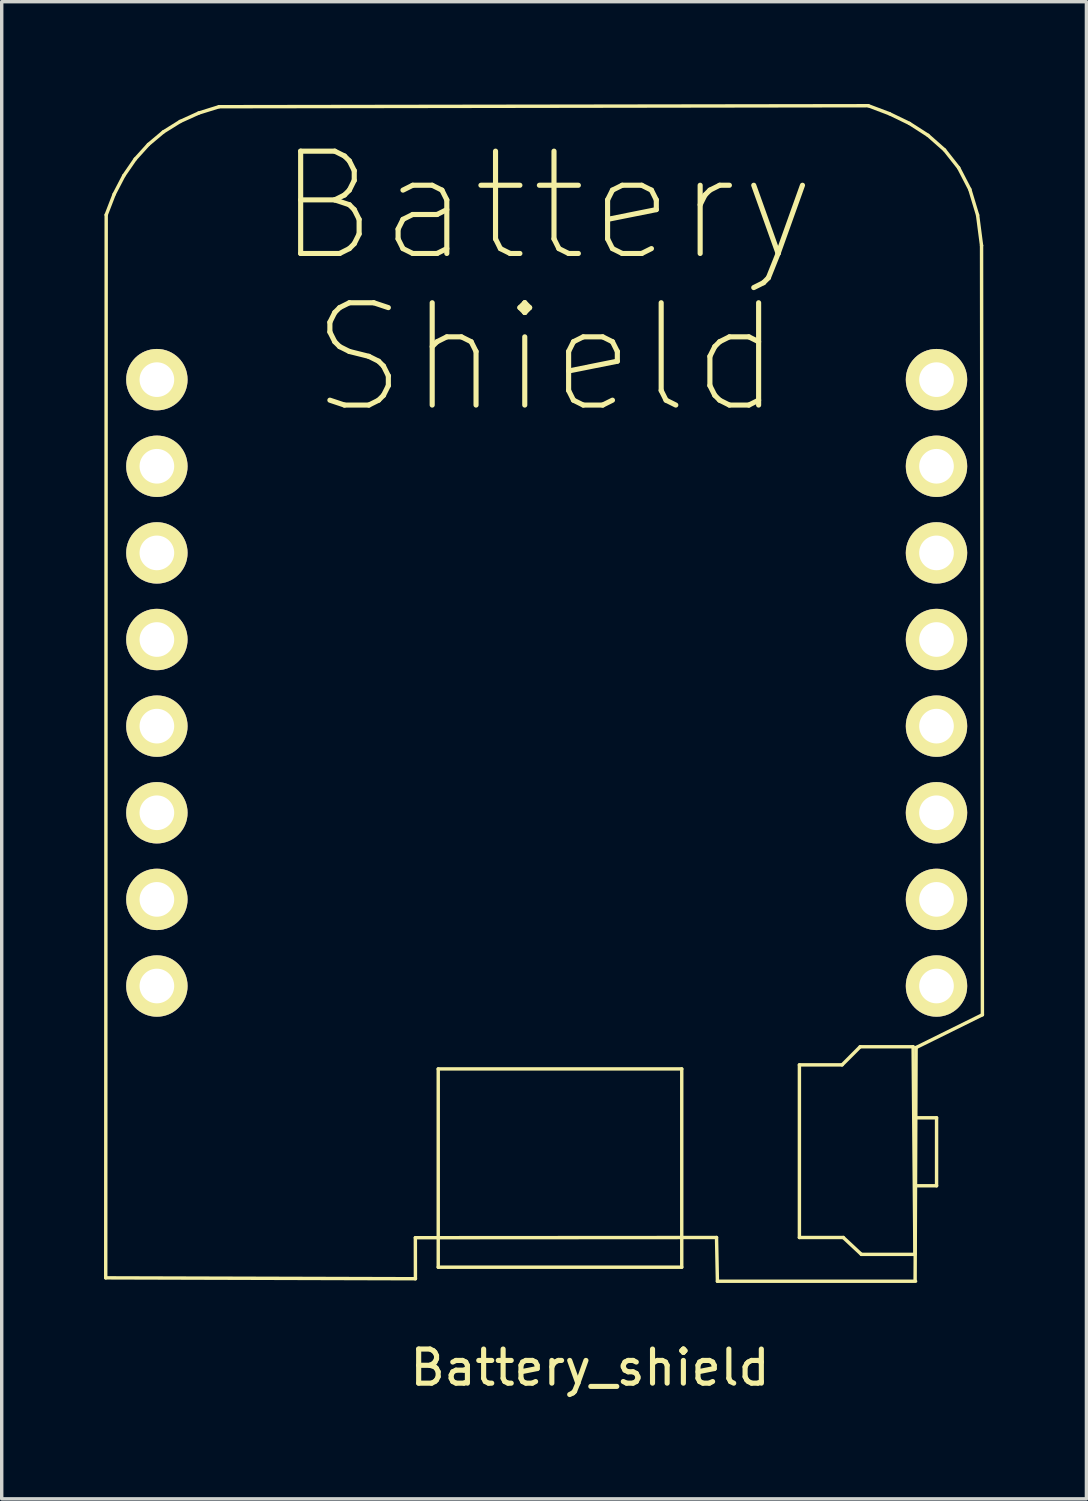
<source format=kicad_pcb>
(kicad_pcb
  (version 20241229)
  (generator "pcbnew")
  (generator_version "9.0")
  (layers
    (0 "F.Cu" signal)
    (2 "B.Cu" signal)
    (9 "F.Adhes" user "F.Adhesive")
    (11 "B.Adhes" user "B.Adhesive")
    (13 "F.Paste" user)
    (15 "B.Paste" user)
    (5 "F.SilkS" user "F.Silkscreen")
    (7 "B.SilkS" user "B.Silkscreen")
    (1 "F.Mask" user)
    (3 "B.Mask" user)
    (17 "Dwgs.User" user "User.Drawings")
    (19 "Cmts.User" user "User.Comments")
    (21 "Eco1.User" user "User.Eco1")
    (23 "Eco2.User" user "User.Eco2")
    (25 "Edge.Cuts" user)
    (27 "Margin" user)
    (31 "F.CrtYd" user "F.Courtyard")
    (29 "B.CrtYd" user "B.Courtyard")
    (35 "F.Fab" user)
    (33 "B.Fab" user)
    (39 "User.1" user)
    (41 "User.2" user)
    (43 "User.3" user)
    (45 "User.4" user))
  (footprint "Battery_shield"
    (layer "F.Cu")
    (at 12.98 18.242)
    (property "Reference" "Battery_shield" (at 1.27 18.81 0) (layer "F.SilkS") (effects (font (size 1 1) (thickness 0.15))))
    (attr through_hole)
    (fp_line (start -12.93 16.177) (end -12.916 -14.993) (stroke (width 0.1) (type solid)) (layer "F.SilkS"))
    (fp_line (start -12.916 -14.993) (end -12.683 -15.596) (stroke (width 0.1) (type solid)) (layer "F.SilkS"))
    (fp_line (start -12.683 -15.596) (end -12.4 -16.141) (stroke (width 0.1) (type solid)) (layer "F.SilkS"))
    (fp_line (start -12.4 -16.141) (end -12.065 -16.628) (stroke (width 0.1) (type solid)) (layer "F.SilkS"))
    (fp_line (start -12.065 -16.628) (end -11.679 -17.055) (stroke (width 0.1) (type solid)) (layer "F.SilkS"))
    (fp_line (start -11.679 -17.055) (end -11.241 -17.423) (stroke (width 0.1) (type solid)) (layer "F.SilkS"))
    (fp_line (start -11.241 -17.423) (end -10.749 -17.73) (stroke (width 0.1) (type solid)) (layer "F.SilkS"))
    (fp_line (start -10.749 -17.73) (end -10.205 -17.977) (stroke (width 0.1) (type solid)) (layer "F.SilkS"))
    (fp_line (start -10.205 -17.977) (end -9.607 -18.163) (stroke (width 0.1) (type solid)) (layer "F.SilkS"))
    (fp_line (start -9.607 -18.163) (end 9.43 -18.192) (stroke (width 0.1) (type solid)) (layer "F.SilkS"))
    (fp_line (start -3.851 15) (end -3.849 16.203) (stroke (width 0.1) (type solid)) (layer "F.SilkS"))
    (fp_line (start -3.849 16.203) (end -12.93 16.177) (stroke (width 0.1) (type solid)) (layer "F.SilkS"))
    (fp_line (start -3.18 10.051) (end 3.96 10.051) (stroke (width 0.1) (type solid)) (layer "F.SilkS"))
    (fp_line (start -3.18 15.865) (end -3.18 10.051) (stroke (width 0.1) (type solid)) (layer "F.SilkS"))
    (fp_line (start 3.96 10.051) (end 3.96 15.865) (stroke (width 0.1) (type solid)) (layer "F.SilkS"))
    (fp_line (start 3.96 15.865) (end -3.18 15.865) (stroke (width 0.1) (type solid)) (layer "F.SilkS"))
    (fp_line (start 4.98 14.994) (end -3.851 15) (stroke (width 0.1) (type solid)) (layer "F.SilkS"))
    (fp_line (start 5.006 16.277) (end 4.98 14.994) (stroke (width 0.1) (type solid)) (layer "F.SilkS"))
    (fp_line (start 7.41 9.932) (end 7.41 14.994) (stroke (width 0.1) (type solid)) (layer "F.SilkS"))
    (fp_line (start 7.41 14.994) (end 8.697 14.994) (stroke (width 0.1) (type solid)) (layer "F.SilkS"))
    (fp_line (start 8.662 9.932) (end 7.41 9.932) (stroke (width 0.1) (type solid)) (layer "F.SilkS"))
    (fp_line (start 8.697 14.994) (end 9.227 15.488) (stroke (width 0.1) (type solid)) (layer "F.SilkS"))
    (fp_line (start 9.191 9.402) (end 8.662 9.932) (stroke (width 0.1) (type solid)) (layer "F.SilkS"))
    (fp_line (start 9.227 15.488) (end 10.797 15.488) (stroke (width 0.1) (type solid)) (layer "F.SilkS"))
    (fp_line (start 9.43 -18.192) (end 10.05 -17.958) (stroke (width 0.1) (type solid)) (layer "F.SilkS"))
    (fp_line (start 10.05 -17.958) (end 10.638 -17.673) (stroke (width 0.1) (type solid)) (layer "F.SilkS"))
    (fp_line (start 10.638 -17.673) (end 11.181 -17.324) (stroke (width 0.1) (type solid)) (layer "F.SilkS"))
    (fp_line (start 10.744 9.402) (end 9.191 9.402) (stroke (width 0.1) (type solid)) (layer "F.SilkS"))
    (fp_line (start 10.779 11.484) (end 11.432 11.484) (stroke (width 0.1) (type solid)) (layer "F.SilkS"))
    (fp_line (start 10.797 15.488) (end 10.744 9.402) (stroke (width 0.1) (type solid)) (layer "F.SilkS"))
    (fp_line (start 10.817 16.277) (end 5.006 16.277) (stroke (width 0.1) (type solid)) (layer "F.SilkS"))
    (fp_line (start 10.832 9.424) (end 10.803 16.233) (stroke (width 0.1) (type solid)) (layer "F.SilkS"))
    (fp_line (start 11.181 -17.324) (end 11.667 -16.895) (stroke (width 0.1) (type solid)) (layer "F.SilkS"))
    (fp_line (start 11.432 11.484) (end 11.432 13.477) (stroke (width 0.1) (type solid)) (layer "F.SilkS"))
    (fp_line (start 11.432 13.477) (end 10.814 13.477) (stroke (width 0.1) (type solid)) (layer "F.SilkS"))
    (fp_line (start 11.667 -16.895) (end 12.08 -16.371) (stroke (width 0.1) (type solid)) (layer "F.SilkS"))
    (fp_line (start 12.08 -16.371) (end 12.407 -15.74) (stroke (width 0.1) (type solid)) (layer "F.SilkS"))
    (fp_line (start 12.407 -15.74) (end 12.635 -14.985) (stroke (width 0.1) (type solid)) (layer "F.SilkS"))
    (fp_line (start 12.635 -14.985) (end 12.751 -14.092) (stroke (width 0.1) (type solid)) (layer "F.SilkS"))
    (fp_line (start 12.751 -14.092) (end 12.776 8.463) (stroke (width 0.1) (type solid)) (layer "F.SilkS"))
    (fp_line (start 12.776 8.463) (end 10.832 9.424) (stroke (width 0.1) (type solid)) (layer "F.SilkS"))
    (fp_text user "Shield" (at 0 -10.795 0) (layer "F.SilkS") (effects (font (size 3 3) (thickness 0.15))))
    (fp_text user "Battery" (at 0 -15.24 0) (layer "F.SilkS") (effects (font (size 3 3) (thickness 0.15))))
    (pad "1" thru_hole circle (at -11.43 7.62) (size 1.8 1.8) (drill 1.016) (layers "*.Cu" "*.Mask" "F.SilkS"))
    (pad "2" thru_hole circle (at -11.43 5.08) (size 1.8 1.8) (drill 1.016) (layers "*.Cu" "*.Mask" "F.SilkS"))
    (pad "3" thru_hole circle (at -11.43 2.54) (size 1.8 1.8) (drill 1.016) (layers "*.Cu" "*.Mask" "F.SilkS"))
    (pad "4" thru_hole circle (at -11.43 0) (size 1.8 1.8) (drill 1.016) (layers "*.Cu" "*.Mask" "F.SilkS"))
    (pad "5" thru_hole circle (at -11.43 -2.54) (size 1.8 1.8) (drill 1.016) (layers "*.Cu" "*.Mask" "F.SilkS"))
    (pad "6" thru_hole circle (at -11.43 -5.08) (size 1.8 1.8) (drill 1.016) (layers "*.Cu" "*.Mask" "F.SilkS"))
    (pad "7" thru_hole circle (at -11.43 -7.62) (size 1.8 1.8) (drill 1.016) (layers "*.Cu" "*.Mask" "F.SilkS"))
    (pad "8" thru_hole circle (at -11.43 -10.16) (size 1.8 1.8) (drill 1.016) (layers "*.Cu" "*.Mask" "F.SilkS"))
    (pad "9" thru_hole circle (at 11.43 -10.16) (size 1.8 1.8) (drill 1.016) (layers "*.Cu" "*.Mask" "F.SilkS"))
    (pad "10" thru_hole circle (at 11.43 -7.62) (size 1.8 1.8) (drill 1.016) (layers "*.Cu" "*.Mask" "F.SilkS"))
    (pad "11" thru_hole circle (at 11.43 -5.08) (size 1.8 1.8) (drill 1.016) (layers "*.Cu" "*.Mask" "F.SilkS"))
    (pad "12" thru_hole circle (at 11.43 -2.54) (size 1.8 1.8) (drill 1.016) (layers "*.Cu" "*.Mask" "F.SilkS"))
    (pad "13" thru_hole circle (at 11.43 0) (size 1.8 1.8) (drill 1.016) (layers "*.Cu" "*.Mask" "F.SilkS"))
    (pad "14" thru_hole circle (at 11.43 2.54) (size 1.8 1.8) (drill 1.016) (layers "*.Cu" "*.Mask" "F.SilkS"))
    (pad "15" thru_hole circle (at 11.43 5.08) (size 1.8 1.8) (drill 1.016) (layers "*.Cu" "*.Mask" "F.SilkS"))
    (pad "16" thru_hole circle (at 11.43 7.62) (size 1.8 1.8) (drill 1.016) (layers "*.Cu" "*.Mask" "F.SilkS")))
  (gr_rect
    (start -3 -3)
    (end 28.806 40.9)
    (stroke (width 0.1) (type default))
    (fill no)
    (layer "Edge.Cuts")))
</source>
